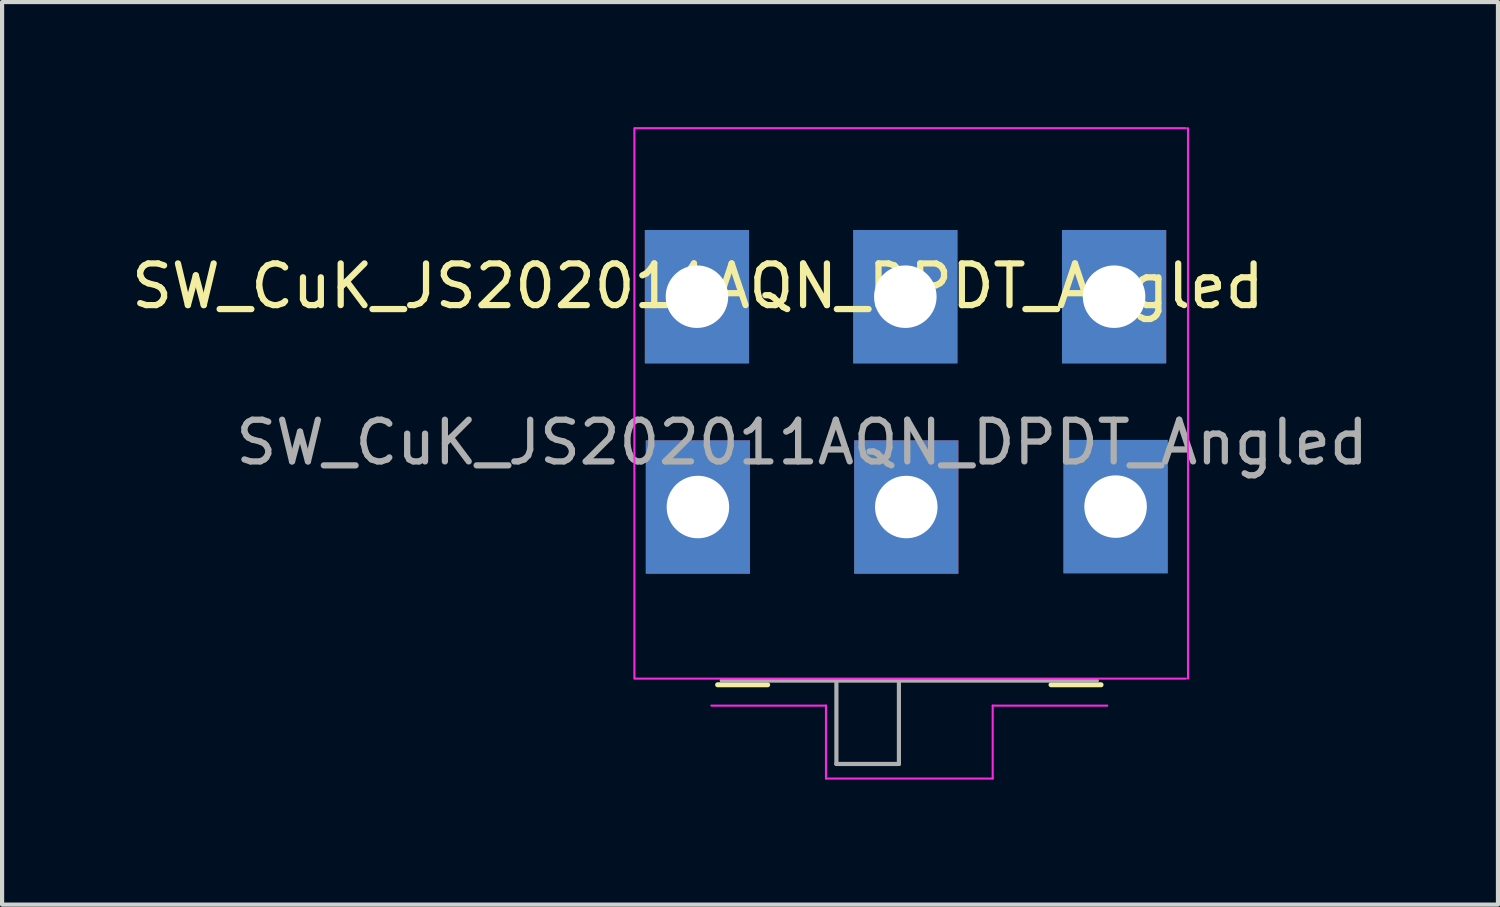
<source format=kicad_pcb>
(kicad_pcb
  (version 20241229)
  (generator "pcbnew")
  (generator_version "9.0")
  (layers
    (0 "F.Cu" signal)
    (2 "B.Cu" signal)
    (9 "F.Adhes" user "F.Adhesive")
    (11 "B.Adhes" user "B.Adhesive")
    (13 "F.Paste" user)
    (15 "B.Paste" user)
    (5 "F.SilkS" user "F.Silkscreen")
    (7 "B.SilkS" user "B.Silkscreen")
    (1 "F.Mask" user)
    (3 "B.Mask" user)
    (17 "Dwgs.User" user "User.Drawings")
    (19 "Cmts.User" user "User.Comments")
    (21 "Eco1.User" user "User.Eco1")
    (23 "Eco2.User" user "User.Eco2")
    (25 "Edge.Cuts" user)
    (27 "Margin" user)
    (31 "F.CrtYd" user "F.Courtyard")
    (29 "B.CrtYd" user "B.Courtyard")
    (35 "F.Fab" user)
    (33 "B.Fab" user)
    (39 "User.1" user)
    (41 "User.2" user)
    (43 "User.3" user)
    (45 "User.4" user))
  (footprint "SW_CuK_JS202011AQN_DPDT_Angled"
    (layer "F.Cu")
    (at 13.696 5.816)
    (property "Reference" "SW_CuK_JS202011AQN_DPDT_Angled" (at 0 -2 0) (layer "F.SilkS") (effects (font (size 1 1) (thickness 0.15))))
    (attr through_hole)
    (fp_line (start 0.473 7.565) (end 1.673 7.565) (stroke (width 0.12) (type solid)) (layer "F.SilkS"))
    (fp_line (start 9.673 7.565) (end 8.473 7.565) (stroke (width 0.12) (type solid)) (layer "F.SilkS"))
    (fp_line (start -1.524 7.417) (end -1.524 -5.791) (stroke (width 0.05) (type solid)) (layer "F.CrtYd"))
    (fp_line (start 3.073 8.065) (end 0.323 8.065) (stroke (width 0.05) (type solid)) (layer "F.CrtYd"))
    (fp_line (start 3.073 8.065) (end 3.073 9.815) (stroke (width 0.05) (type solid)) (layer "F.CrtYd"))
    (fp_line (start 7.073 9.815) (end 3.073 9.815) (stroke (width 0.05) (type solid)) (layer "F.CrtYd"))
    (fp_line (start 7.073 9.815) (end 7.073 8.065) (stroke (width 0.05) (type solid)) (layer "F.CrtYd"))
    (fp_line (start 9.823 8.065) (end 7.073 8.065) (stroke (width 0.05) (type solid)) (layer "F.CrtYd"))
    (fp_line (start 11.709 -5.791) (end -1.499 -5.791) (stroke (width 0.05) (type solid)) (layer "F.CrtYd"))
    (fp_line (start 11.709 7.417) (end -1.499 7.417) (stroke (width 0.05) (type solid)) (layer "F.CrtYd"))
    (fp_line (start 11.76 7.417) (end 11.76 -5.791) (stroke (width 0.05) (type solid)) (layer "F.CrtYd"))
    (fp_line (start 3.323 7.465) (end 3.323 9.465) (stroke (width 0.1) (type solid)) (layer "F.Fab"))
    (fp_line (start 3.323 9.465) (end 4.823 9.465) (stroke (width 0.1) (type solid)) (layer "F.Fab"))
    (fp_line (start 4.823 9.465) (end 4.823 7.465) (stroke (width 0.1) (type solid)) (layer "F.Fab"))
    (fp_line (start 9.573 7.465) (end 0.573 7.465) (stroke (width 0.1) (type solid)) (layer "F.Fab"))
    (fp_text user "${REFERENCE}" (at 2.5 1.75 0) (layer "F.Fab") (effects (font (size 1 1) (thickness 0.15))))
    (pad "1" thru_hole rect (at -0.023 -1.747) (size 2.5 3.2) (drill 1.5) (layers "*.Cu" "*.Mask"))
    (pad "2" thru_hole rect (at 4.977 -1.747) (size 2.5 3.2) (drill 1.5) (layers "*.Cu" "*.Mask"))
    (pad "3" thru_hole rect (at 0 3.3) (size 2.5 3.2) (drill 1.5) (layers "*.Cu" "*.Mask"))
    (pad "4" thru_hole rect (at 5 3.3) (size 2.5 3.2) (drill 1.5) (layers "*.Cu" "*.Mask"))
    (pad "5" thru_hole rect (at 9.986 -1.747) (size 2.5 3.2) (drill 1.5) (layers "*.Cu" "*.Mask"))
    (pad "6" thru_hole rect (at 10.022 3.29) (size 2.5 3.2) (drill 1.5) (layers "*.Cu" "*.Mask")))
  (gr_rect
    (start -3 -3)
    (end 32.893 18.656)
    (stroke (width 0.1) (type default))
    (fill no)
    (layer "Edge.Cuts")))
</source>
